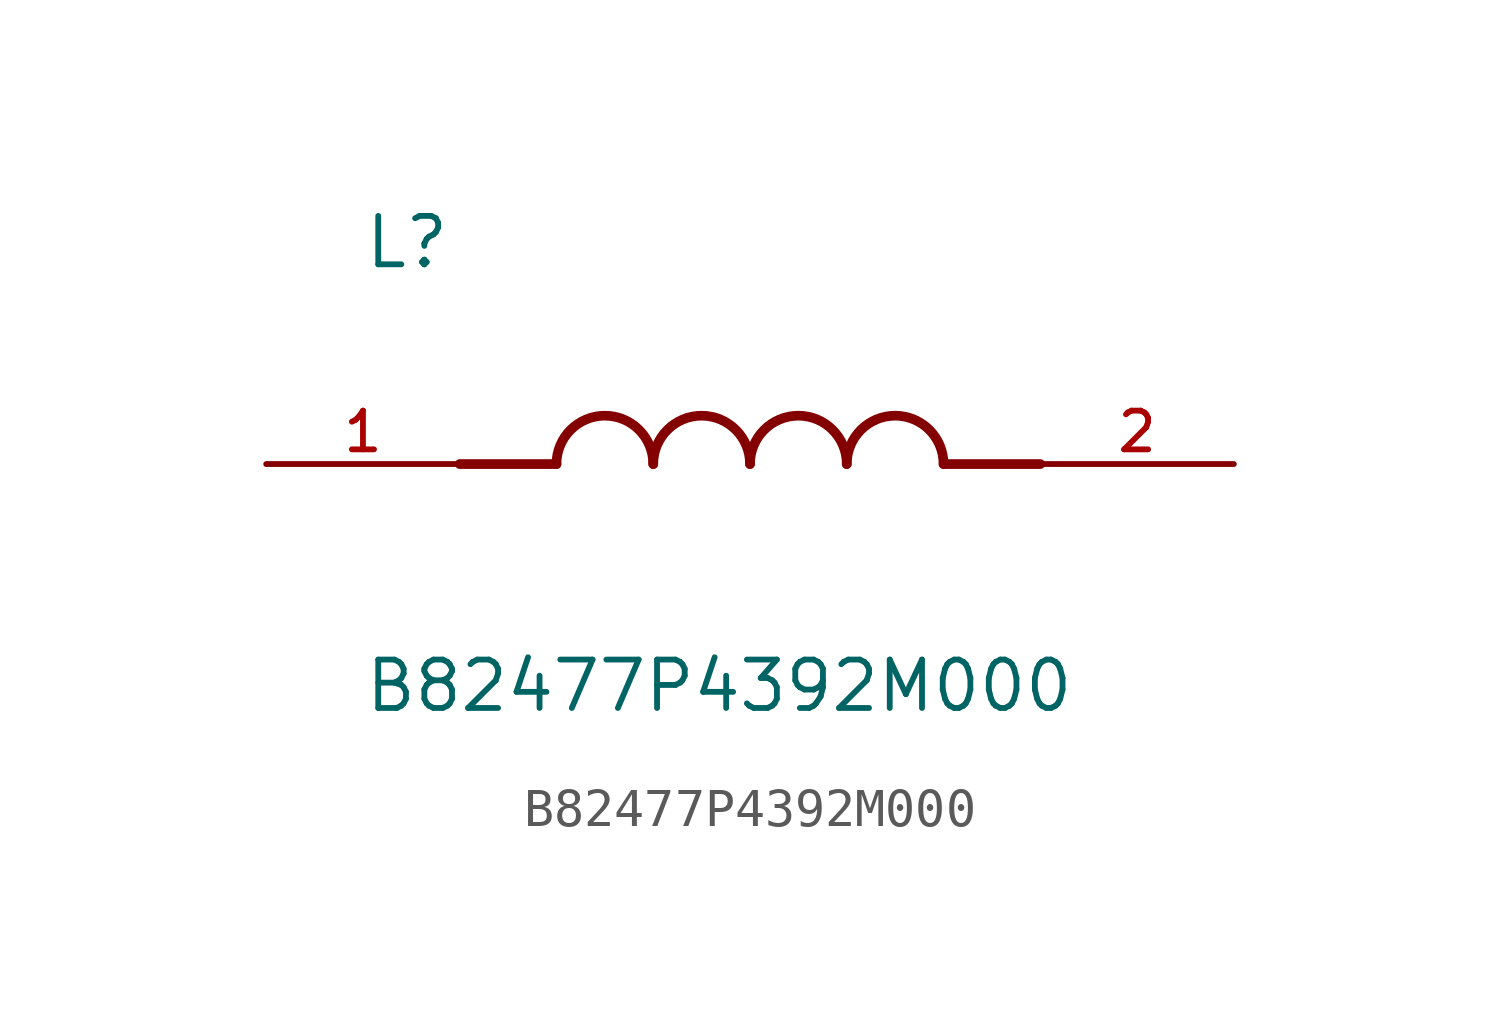
<source format=kicad_sym>
(kicad_symbol_lib
  (version 20211014)
  (generator kicad_symbol_editor)
  (symbol "B82477P4392M000"
    (pin_names
      (offset 1.016))
    (property "Reference" "L"
      (at -10.16 5.08 0)
      (effects (font (size 1.27 1.27)) (justify bottom left)))
    (property "Value" "B82477P4392M000"
      (at -10.16 -5.08 0)
      (effects (font (size 1.27 1.27)) (justify top left)))
    (symbol "B82477P4392M000_0_0"
      (polyline (pts (xy -5.08 0.0) (xy -7.62 0.0)) (stroke (width 0.254)))
      (polyline (pts (xy 5.08 0.0) (xy 7.62 0.0)) (stroke (width 0.254)))
      (arc (start -2.54 0.0) (mid -3.81 1.27) (end -5.08 0.0) (stroke (width 0.254) (type default) (color 0 0 0 0)) (fill (type none)))
      (arc (start 0.0 0.0) (mid -1.27 1.27) (end -2.54 0.0) (stroke (width 0.254) (type default) (color 0 0 0 0)) (fill (type none)))
      (arc (start 2.54 0.0) (mid 1.27 1.27) (end 0.0 0.0) (stroke (width 0.254) (type default) (color 0 0 0 0)) (fill (type none)))
      (arc (start 5.08 0.0) (mid 3.81 1.27) (end 2.54 0.0) (stroke (width 0.254) (type default) (color 0 0 0 0)) (fill (type none)))
      (pin passive line (at -12.7 0.0 0) (length 5.08) (name "~" (effects (font (size 1.016 1.016)))) (number "1" (effects (font (size 1.016 1.016)))))
      (pin passive line (at 12.7 0.0 180.0) (length 5.08) (name "~" (effects (font (size 1.016 1.016)))) (number "2" (effects (font (size 1.016 1.016))))))))
</source>
